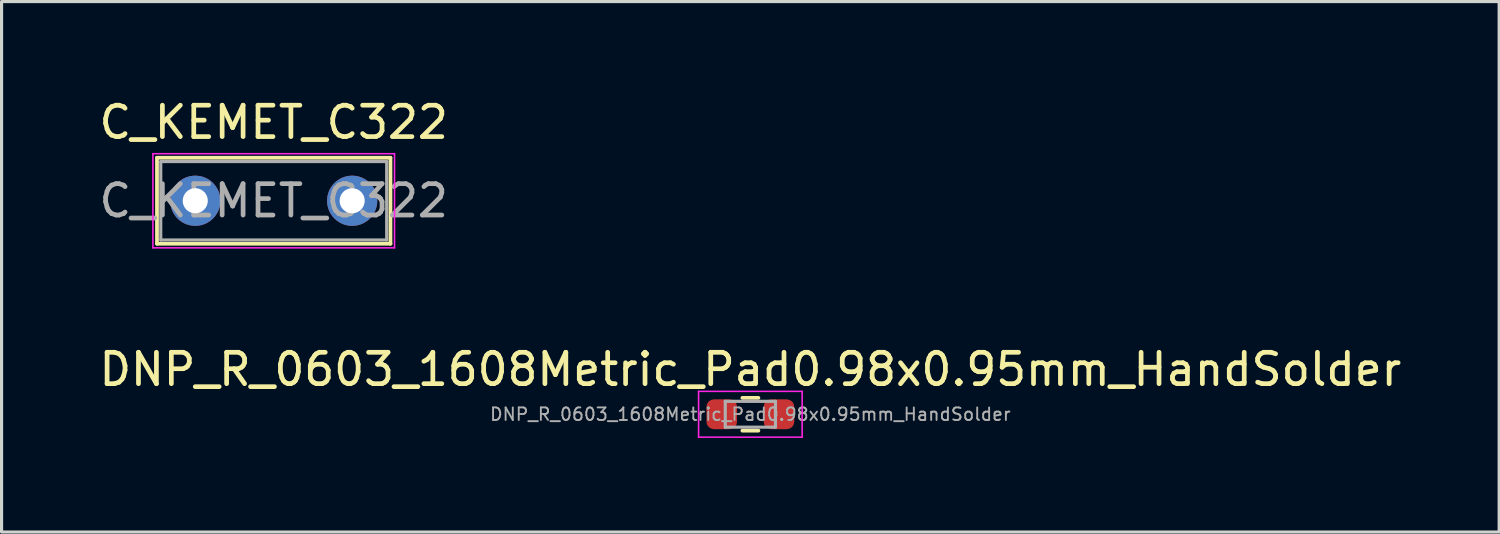
<source format=kicad_pcb>
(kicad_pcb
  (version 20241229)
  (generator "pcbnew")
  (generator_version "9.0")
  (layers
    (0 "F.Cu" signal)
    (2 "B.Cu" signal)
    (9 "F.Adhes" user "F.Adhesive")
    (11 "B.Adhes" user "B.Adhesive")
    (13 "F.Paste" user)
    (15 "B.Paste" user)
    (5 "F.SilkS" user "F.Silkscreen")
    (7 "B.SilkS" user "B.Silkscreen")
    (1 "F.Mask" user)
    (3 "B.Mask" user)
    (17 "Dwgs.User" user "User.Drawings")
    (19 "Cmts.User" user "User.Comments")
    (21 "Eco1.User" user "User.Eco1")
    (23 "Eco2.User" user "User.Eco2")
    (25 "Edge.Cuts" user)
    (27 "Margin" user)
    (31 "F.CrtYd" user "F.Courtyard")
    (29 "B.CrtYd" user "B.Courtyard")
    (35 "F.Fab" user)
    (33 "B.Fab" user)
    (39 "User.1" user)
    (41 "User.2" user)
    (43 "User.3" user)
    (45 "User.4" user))
  (footprint "C_KEMET_C322"
    (layer "F.Cu")
    (at 3.173 3.348)
    (property "Reference" "C_KEMET_C322" (at 2.5 -2.5 0) (layer "F.SilkS") (effects (font (size 1 1) (thickness 0.15))))
    (attr through_hole)
    (fp_line (start -1.22 -1.37) (end -1.22 1.37) (stroke (width 0.12) (type solid)) (layer "F.SilkS"))
    (fp_line (start -1.22 -1.37) (end 6.22 -1.37) (stroke (width 0.12) (type solid)) (layer "F.SilkS"))
    (fp_line (start -1.22 1.37) (end 6.22 1.37) (stroke (width 0.12) (type solid)) (layer "F.SilkS"))
    (fp_line (start 6.22 -1.37) (end 6.22 1.37) (stroke (width 0.12) (type solid)) (layer "F.SilkS"))
    (fp_line (start -1.35 -1.5) (end -1.35 1.5) (stroke (width 0.05) (type solid)) (layer "F.CrtYd"))
    (fp_line (start -1.35 1.5) (end 6.35 1.5) (stroke (width 0.05) (type solid)) (layer "F.CrtYd"))
    (fp_line (start 6.35 -1.5) (end -1.35 -1.5) (stroke (width 0.05) (type solid)) (layer "F.CrtYd"))
    (fp_line (start 6.35 1.5) (end 6.35 -1.5) (stroke (width 0.05) (type solid)) (layer "F.CrtYd"))
    (fp_line (start -1.1 -1.25) (end -1.1 1.25) (stroke (width 0.1) (type solid)) (layer "F.Fab"))
    (fp_line (start -1.1 1.25) (end 6.1 1.25) (stroke (width 0.1) (type solid)) (layer "F.Fab"))
    (fp_line (start 6.1 -1.25) (end -1.1 -1.25) (stroke (width 0.1) (type solid)) (layer "F.Fab"))
    (fp_line (start 6.1 1.25) (end 6.1 -1.25) (stroke (width 0.1) (type solid)) (layer "F.Fab"))
    (fp_text user "${REFERENCE}" (at 2.5 0 0) (layer "F.Fab") (effects (font (size 1 1) (thickness 0.15))))
    (pad "1" thru_hole circle (at 0 0) (size 1.6 1.6) (drill 0.8) (layers "*.Cu" "*.Mask"))
    (pad "2" thru_hole circle (at 5 0) (size 1.6 1.6) (drill 0.8) (layers "*.Cu" "*.Mask")))
  (footprint "DNP_R_0603_1608Metric_Pad0.98x0.95mm_HandSolder"
    (layer "F.Cu")
    (at 20.863 10.152)
    (property "Reference" "DNP_R_0603_1608Metric_Pad0.98x0.95mm_HandSolder" (at 0 -1.43 0) (layer "F.SilkS") (effects (font (size 1 1) (thickness 0.15))))
    (attr smd)
    (fp_line (start -0.255 -0.522) (end 0.255 -0.522) (stroke (width 0.12) (type solid)) (layer "F.SilkS"))
    (fp_line (start -0.255 0.522) (end 0.255 0.522) (stroke (width 0.12) (type solid)) (layer "F.SilkS"))
    (fp_line (start -1.65 -0.73) (end 1.65 -0.73) (stroke (width 0.05) (type solid)) (layer "F.CrtYd"))
    (fp_line (start -1.65 0.73) (end -1.65 -0.73) (stroke (width 0.05) (type solid)) (layer "F.CrtYd"))
    (fp_line (start 1.65 -0.73) (end 1.65 0.73) (stroke (width 0.05) (type solid)) (layer "F.CrtYd"))
    (fp_line (start 1.65 0.73) (end -1.65 0.73) (stroke (width 0.05) (type solid)) (layer "F.CrtYd"))
    (fp_line (start -0.8 -0.412) (end 0.8 -0.412) (stroke (width 0.1) (type solid)) (layer "F.Fab"))
    (fp_line (start -0.8 0.412) (end -0.8 -0.412) (stroke (width 0.1) (type solid)) (layer "F.Fab"))
    (fp_line (start 0.8 -0.412) (end 0.8 0.412) (stroke (width 0.1) (type solid)) (layer "F.Fab"))
    (fp_line (start 0.8 0.412) (end -0.8 0.412) (stroke (width 0.1) (type solid)) (layer "F.Fab"))
    (fp_text user "${REFERENCE}" (at 0 0 0) (layer "F.Fab") (effects (font (size 0.4 0.4) (thickness 0.06))))
    (pad "1" smd roundrect (at -0.912 0) (size 0.975 0.95) (layers "F.Cu" "F.Mask" "F.Paste") (roundrect_rratio 0.25))
    (pad "2" smd roundrect (at 0.912 0) (size 0.975 0.95) (layers "F.Cu" "F.Mask" "F.Paste") (roundrect_rratio 0.25)))
  (gr_rect
    (start -3 -3)
    (end 44.726 13.906)
    (stroke (width 0.1) (type default))
    (fill no)
    (layer "Edge.Cuts")))
</source>
